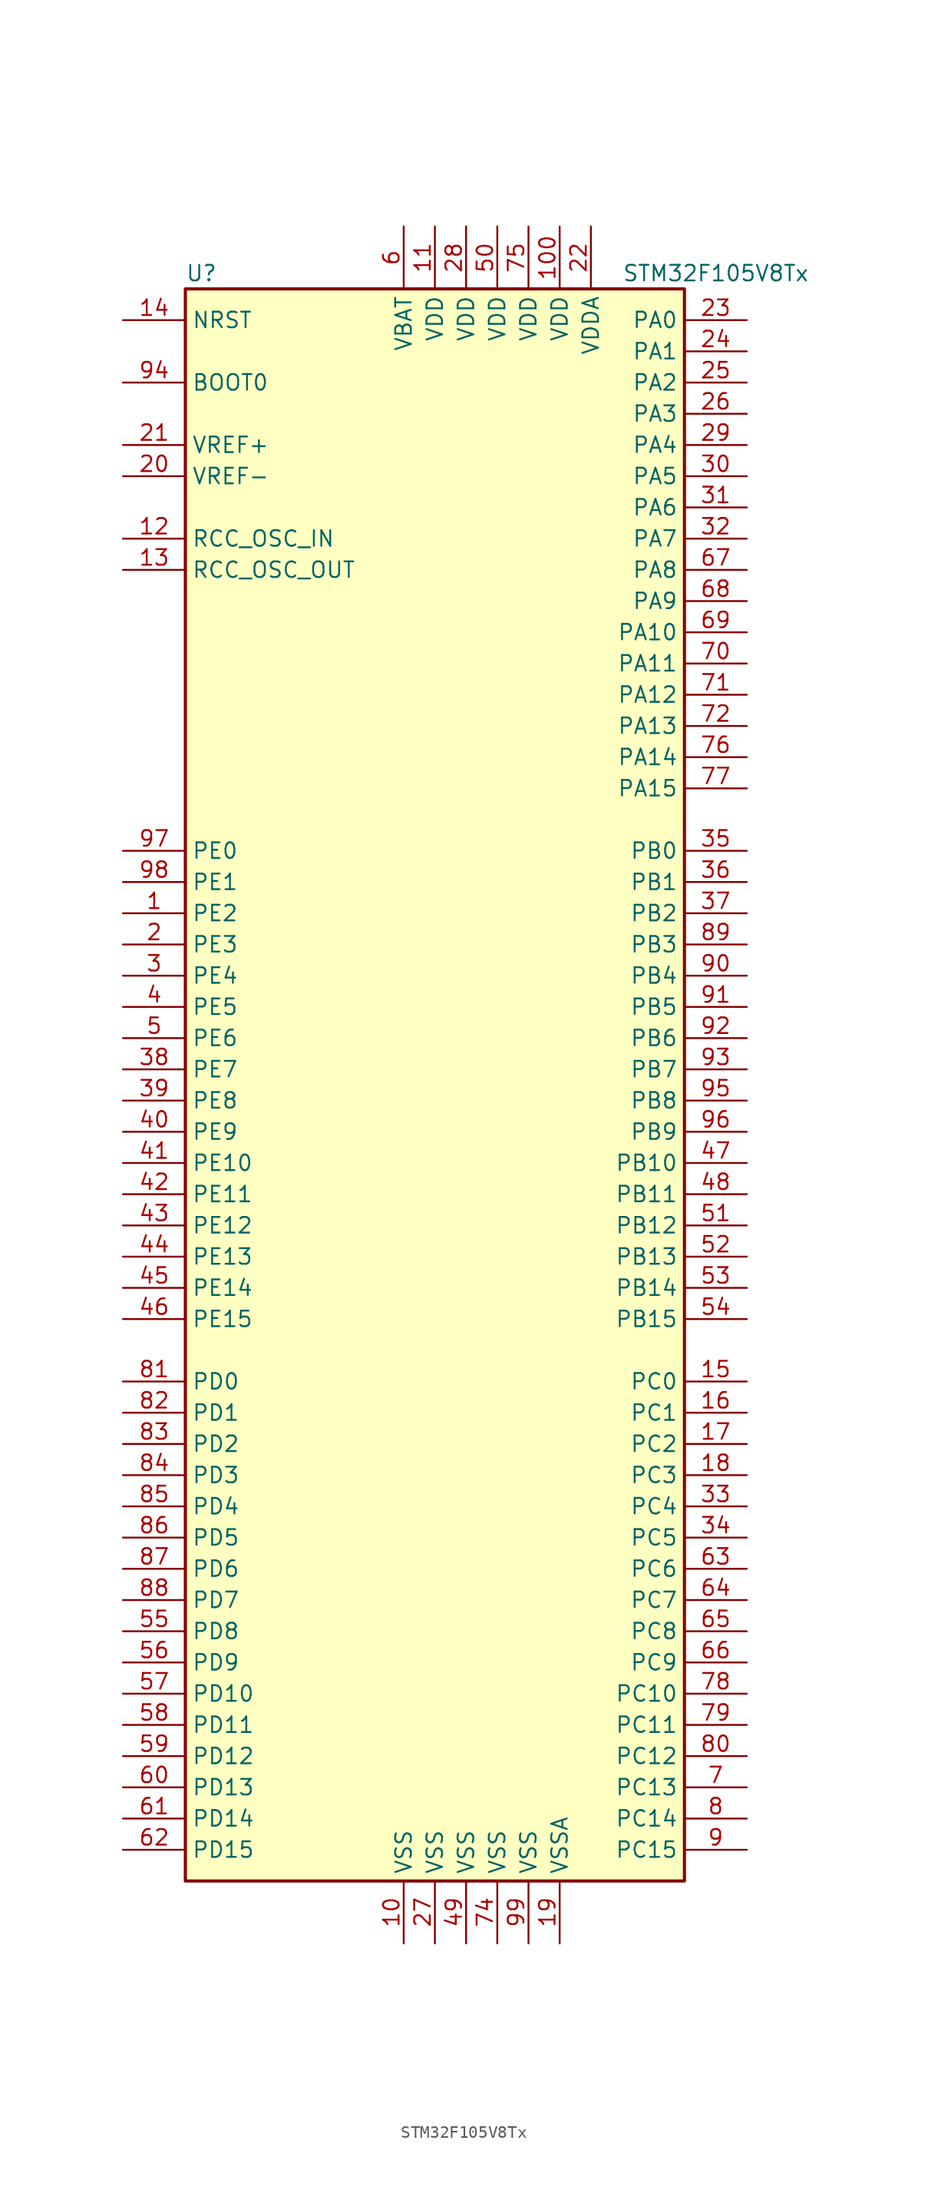
<source format=kicad_sym>
(kicad_symbol_lib
  (version 20201005)
  (generator kicad_symbol_editor)
  (symbol "STM32F105V8Tx"
    (property "Reference" "U"
      (at -20.32 64.77 0)
      (effects (font (size 1.27 1.27)) (justify left)))
    (property "Value" "STM32F105V8Tx"
      (at 15.24 64.77 0)
      (effects (font (size 1.27 1.27)) (justify left)))
    (symbol "STM32F105V8Tx_0_1"
      (rectangle (start -20.32 -66.04) (end 20.32 63.5) (stroke (width 0.254)) (fill (type background))))
    (symbol "STM32F105V8Tx_1_1"
      (pin bidirectional line (at -25.4 12.7 0) (length 5.08) (name "PE2" (effects (font (size 1.27 1.27)))) (number "1" (effects (font (size 1.27 1.27)))))
      (pin power_in line (at -2.54 -71.12 90) (length 5.08) (name "VSS" (effects (font (size 1.27 1.27)))) (number "10" (effects (font (size 1.27 1.27)))))
      (pin power_in line (at 10.16 68.58 270) (length 5.08) (name "VDD" (effects (font (size 1.27 1.27)))) (number "100" (effects (font (size 1.27 1.27)))))
      (pin power_in line (at 0 68.58 270) (length 5.08) (name "VDD" (effects (font (size 1.27 1.27)))) (number "11" (effects (font (size 1.27 1.27)))))
      (pin input line (at -25.4 43.18 0) (length 5.08) (name "RCC_OSC_IN" (effects (font (size 1.27 1.27)))) (number "12" (effects (font (size 1.27 1.27)))))
      (pin input line (at -25.4 40.64 0) (length 5.08) (name "RCC_OSC_OUT" (effects (font (size 1.27 1.27)))) (number "13" (effects (font (size 1.27 1.27)))))
      (pin input line (at -25.4 60.96 0) (length 5.08) (name "NRST" (effects (font (size 1.27 1.27)))) (number "14" (effects (font (size 1.27 1.27)))))
      (pin bidirectional line (at 25.4 -25.4 180) (length 5.08) (name "PC0" (effects (font (size 1.27 1.27)))) (number "15" (effects (font (size 1.27 1.27)))))
      (pin bidirectional line (at 25.4 -27.94 180) (length 5.08) (name "PC1" (effects (font (size 1.27 1.27)))) (number "16" (effects (font (size 1.27 1.27)))))
      (pin bidirectional line (at 25.4 -30.48 180) (length 5.08) (name "PC2" (effects (font (size 1.27 1.27)))) (number "17" (effects (font (size 1.27 1.27)))))
      (pin bidirectional line (at 25.4 -33.02 180) (length 5.08) (name "PC3" (effects (font (size 1.27 1.27)))) (number "18" (effects (font (size 1.27 1.27)))))
      (pin power_in line (at 10.16 -71.12 90) (length 5.08) (name "VSSA" (effects (font (size 1.27 1.27)))) (number "19" (effects (font (size 1.27 1.27)))))
      (pin bidirectional line (at -25.4 10.16 0) (length 5.08) (name "PE3" (effects (font (size 1.27 1.27)))) (number "2" (effects (font (size 1.27 1.27)))))
      (pin power_in line (at -25.4 48.26 0) (length 5.08) (name "VREF-" (effects (font (size 1.27 1.27)))) (number "20" (effects (font (size 1.27 1.27)))))
      (pin power_in line (at -25.4 50.8 0) (length 5.08) (name "VREF+" (effects (font (size 1.27 1.27)))) (number "21" (effects (font (size 1.27 1.27)))))
      (pin power_in line (at 12.7 68.58 270) (length 5.08) (name "VDDA" (effects (font (size 1.27 1.27)))) (number "22" (effects (font (size 1.27 1.27)))))
      (pin bidirectional line (at 25.4 60.96 180) (length 5.08) (name "PA0" (effects (font (size 1.27 1.27)))) (number "23" (effects (font (size 1.27 1.27)))))
      (pin bidirectional line (at 25.4 58.42 180) (length 5.08) (name "PA1" (effects (font (size 1.27 1.27)))) (number "24" (effects (font (size 1.27 1.27)))))
      (pin bidirectional line (at 25.4 55.88 180) (length 5.08) (name "PA2" (effects (font (size 1.27 1.27)))) (number "25" (effects (font (size 1.27 1.27)))))
      (pin bidirectional line (at 25.4 53.34 180) (length 5.08) (name "PA3" (effects (font (size 1.27 1.27)))) (number "26" (effects (font (size 1.27 1.27)))))
      (pin power_in line (at 0 -71.12 90) (length 5.08) (name "VSS" (effects (font (size 1.27 1.27)))) (number "27" (effects (font (size 1.27 1.27)))))
      (pin power_in line (at 2.54 68.58 270) (length 5.08) (name "VDD" (effects (font (size 1.27 1.27)))) (number "28" (effects (font (size 1.27 1.27)))))
      (pin bidirectional line (at 25.4 50.8 180) (length 5.08) (name "PA4" (effects (font (size 1.27 1.27)))) (number "29" (effects (font (size 1.27 1.27)))))
      (pin bidirectional line (at -25.4 7.62 0) (length 5.08) (name "PE4" (effects (font (size 1.27 1.27)))) (number "3" (effects (font (size 1.27 1.27)))))
      (pin bidirectional line (at 25.4 48.26 180) (length 5.08) (name "PA5" (effects (font (size 1.27 1.27)))) (number "30" (effects (font (size 1.27 1.27)))))
      (pin bidirectional line (at 25.4 45.72 180) (length 5.08) (name "PA6" (effects (font (size 1.27 1.27)))) (number "31" (effects (font (size 1.27 1.27)))))
      (pin bidirectional line (at 25.4 43.18 180) (length 5.08) (name "PA7" (effects (font (size 1.27 1.27)))) (number "32" (effects (font (size 1.27 1.27)))))
      (pin bidirectional line (at 25.4 -35.56 180) (length 5.08) (name "PC4" (effects (font (size 1.27 1.27)))) (number "33" (effects (font (size 1.27 1.27)))))
      (pin bidirectional line (at 25.4 -38.1 180) (length 5.08) (name "PC5" (effects (font (size 1.27 1.27)))) (number "34" (effects (font (size 1.27 1.27)))))
      (pin bidirectional line (at 25.4 17.78 180) (length 5.08) (name "PB0" (effects (font (size 1.27 1.27)))) (number "35" (effects (font (size 1.27 1.27)))))
      (pin bidirectional line (at 25.4 15.24 180) (length 5.08) (name "PB1" (effects (font (size 1.27 1.27)))) (number "36" (effects (font (size 1.27 1.27)))))
      (pin bidirectional line (at 25.4 12.7 180) (length 5.08) (name "PB2" (effects (font (size 1.27 1.27)))) (number "37" (effects (font (size 1.27 1.27)))))
      (pin bidirectional line (at -25.4 0 0) (length 5.08) (name "PE7" (effects (font (size 1.27 1.27)))) (number "38" (effects (font (size 1.27 1.27)))))
      (pin bidirectional line (at -25.4 -2.54 0) (length 5.08) (name "PE8" (effects (font (size 1.27 1.27)))) (number "39" (effects (font (size 1.27 1.27)))))
      (pin bidirectional line (at -25.4 5.08 0) (length 5.08) (name "PE5" (effects (font (size 1.27 1.27)))) (number "4" (effects (font (size 1.27 1.27)))))
      (pin bidirectional line (at -25.4 -5.08 0) (length 5.08) (name "PE9" (effects (font (size 1.27 1.27)))) (number "40" (effects (font (size 1.27 1.27)))))
      (pin bidirectional line (at -25.4 -7.62 0) (length 5.08) (name "PE10" (effects (font (size 1.27 1.27)))) (number "41" (effects (font (size 1.27 1.27)))))
      (pin bidirectional line (at -25.4 -10.16 0) (length 5.08) (name "PE11" (effects (font (size 1.27 1.27)))) (number "42" (effects (font (size 1.27 1.27)))))
      (pin bidirectional line (at -25.4 -12.7 0) (length 5.08) (name "PE12" (effects (font (size 1.27 1.27)))) (number "43" (effects (font (size 1.27 1.27)))))
      (pin bidirectional line (at -25.4 -15.24 0) (length 5.08) (name "PE13" (effects (font (size 1.27 1.27)))) (number "44" (effects (font (size 1.27 1.27)))))
      (pin bidirectional line (at -25.4 -17.78 0) (length 5.08) (name "PE14" (effects (font (size 1.27 1.27)))) (number "45" (effects (font (size 1.27 1.27)))))
      (pin bidirectional line (at -25.4 -20.32 0) (length 5.08) (name "PE15" (effects (font (size 1.27 1.27)))) (number "46" (effects (font (size 1.27 1.27)))))
      (pin bidirectional line (at 25.4 -7.62 180) (length 5.08) (name "PB10" (effects (font (size 1.27 1.27)))) (number "47" (effects (font (size 1.27 1.27)))))
      (pin bidirectional line (at 25.4 -10.16 180) (length 5.08) (name "PB11" (effects (font (size 1.27 1.27)))) (number "48" (effects (font (size 1.27 1.27)))))
      (pin power_in line (at 2.54 -71.12 90) (length 5.08) (name "VSS" (effects (font (size 1.27 1.27)))) (number "49" (effects (font (size 1.27 1.27)))))
      (pin bidirectional line (at -25.4 2.54 0) (length 5.08) (name "PE6" (effects (font (size 1.27 1.27)))) (number "5" (effects (font (size 1.27 1.27)))))
      (pin power_in line (at 5.08 68.58 270) (length 5.08) (name "VDD" (effects (font (size 1.27 1.27)))) (number "50" (effects (font (size 1.27 1.27)))))
      (pin bidirectional line (at 25.4 -12.7 180) (length 5.08) (name "PB12" (effects (font (size 1.27 1.27)))) (number "51" (effects (font (size 1.27 1.27)))))
      (pin bidirectional line (at 25.4 -15.24 180) (length 5.08) (name "PB13" (effects (font (size 1.27 1.27)))) (number "52" (effects (font (size 1.27 1.27)))))
      (pin bidirectional line (at 25.4 -17.78 180) (length 5.08) (name "PB14" (effects (font (size 1.27 1.27)))) (number "53" (effects (font (size 1.27 1.27)))))
      (pin bidirectional line (at 25.4 -20.32 180) (length 5.08) (name "PB15" (effects (font (size 1.27 1.27)))) (number "54" (effects (font (size 1.27 1.27)))))
      (pin bidirectional line (at -25.4 -45.72 0) (length 5.08) (name "PD8" (effects (font (size 1.27 1.27)))) (number "55" (effects (font (size 1.27 1.27)))))
      (pin bidirectional line (at -25.4 -48.26 0) (length 5.08) (name "PD9" (effects (font (size 1.27 1.27)))) (number "56" (effects (font (size 1.27 1.27)))))
      (pin bidirectional line (at -25.4 -50.8 0) (length 5.08) (name "PD10" (effects (font (size 1.27 1.27)))) (number "57" (effects (font (size 1.27 1.27)))))
      (pin bidirectional line (at -25.4 -53.34 0) (length 5.08) (name "PD11" (effects (font (size 1.27 1.27)))) (number "58" (effects (font (size 1.27 1.27)))))
      (pin bidirectional line (at -25.4 -55.88 0) (length 5.08) (name "PD12" (effects (font (size 1.27 1.27)))) (number "59" (effects (font (size 1.27 1.27)))))
      (pin power_in line (at -2.54 68.58 270) (length 5.08) (name "VBAT" (effects (font (size 1.27 1.27)))) (number "6" (effects (font (size 1.27 1.27)))))
      (pin bidirectional line (at -25.4 -58.42 0) (length 5.08) (name "PD13" (effects (font (size 1.27 1.27)))) (number "60" (effects (font (size 1.27 1.27)))))
      (pin bidirectional line (at -25.4 -60.96 0) (length 5.08) (name "PD14" (effects (font (size 1.27 1.27)))) (number "61" (effects (font (size 1.27 1.27)))))
      (pin bidirectional line (at -25.4 -63.5 0) (length 5.08) (name "PD15" (effects (font (size 1.27 1.27)))) (number "62" (effects (font (size 1.27 1.27)))))
      (pin bidirectional line (at 25.4 -40.64 180) (length 5.08) (name "PC6" (effects (font (size 1.27 1.27)))) (number "63" (effects (font (size 1.27 1.27)))))
      (pin bidirectional line (at 25.4 -43.18 180) (length 5.08) (name "PC7" (effects (font (size 1.27 1.27)))) (number "64" (effects (font (size 1.27 1.27)))))
      (pin bidirectional line (at 25.4 -45.72 180) (length 5.08) (name "PC8" (effects (font (size 1.27 1.27)))) (number "65" (effects (font (size 1.27 1.27)))))
      (pin bidirectional line (at 25.4 -48.26 180) (length 5.08) (name "PC9" (effects (font (size 1.27 1.27)))) (number "66" (effects (font (size 1.27 1.27)))))
      (pin bidirectional line (at 25.4 40.64 180) (length 5.08) (name "PA8" (effects (font (size 1.27 1.27)))) (number "67" (effects (font (size 1.27 1.27)))))
      (pin bidirectional line (at 25.4 38.1 180) (length 5.08) (name "PA9" (effects (font (size 1.27 1.27)))) (number "68" (effects (font (size 1.27 1.27)))))
      (pin bidirectional line (at 25.4 35.56 180) (length 5.08) (name "PA10" (effects (font (size 1.27 1.27)))) (number "69" (effects (font (size 1.27 1.27)))))
      (pin bidirectional line (at 25.4 -58.42 180) (length 5.08) (name "PC13" (effects (font (size 1.27 1.27)))) (number "7" (effects (font (size 1.27 1.27)))))
      (pin bidirectional line (at 25.4 33.02 180) (length 5.08) (name "PA11" (effects (font (size 1.27 1.27)))) (number "70" (effects (font (size 1.27 1.27)))))
      (pin bidirectional line (at 25.4 30.48 180) (length 5.08) (name "PA12" (effects (font (size 1.27 1.27)))) (number "71" (effects (font (size 1.27 1.27)))))
      (pin bidirectional line (at 25.4 27.94 180) (length 5.08) (name "PA13" (effects (font (size 1.27 1.27)))) (number "72" (effects (font (size 1.27 1.27)))))
      (pin no_connect line (at -20.32 -63.5 0) (length 5.08) hide (name "NC" (effects (font (size 1.27 1.27)))) (number "73" (effects (font (size 1.27 1.27)))))
      (pin power_in line (at 5.08 -71.12 90) (length 5.08) (name "VSS" (effects (font (size 1.27 1.27)))) (number "74" (effects (font (size 1.27 1.27)))))
      (pin power_in line (at 7.62 68.58 270) (length 5.08) (name "VDD" (effects (font (size 1.27 1.27)))) (number "75" (effects (font (size 1.27 1.27)))))
      (pin bidirectional line (at 25.4 25.4 180) (length 5.08) (name "PA14" (effects (font (size 1.27 1.27)))) (number "76" (effects (font (size 1.27 1.27)))))
      (pin bidirectional line (at 25.4 22.86 180) (length 5.08) (name "PA15" (effects (font (size 1.27 1.27)))) (number "77" (effects (font (size 1.27 1.27)))))
      (pin bidirectional line (at 25.4 -50.8 180) (length 5.08) (name "PC10" (effects (font (size 1.27 1.27)))) (number "78" (effects (font (size 1.27 1.27)))))
      (pin bidirectional line (at 25.4 -53.34 180) (length 5.08) (name "PC11" (effects (font (size 1.27 1.27)))) (number "79" (effects (font (size 1.27 1.27)))))
      (pin bidirectional line (at 25.4 -60.96 180) (length 5.08) (name "PC14" (effects (font (size 1.27 1.27)))) (number "8" (effects (font (size 1.27 1.27)))))
      (pin bidirectional line (at 25.4 -55.88 180) (length 5.08) (name "PC12" (effects (font (size 1.27 1.27)))) (number "80" (effects (font (size 1.27 1.27)))))
      (pin bidirectional line (at -25.4 -25.4 0) (length 5.08) (name "PD0" (effects (font (size 1.27 1.27)))) (number "81" (effects (font (size 1.27 1.27)))))
      (pin bidirectional line (at -25.4 -27.94 0) (length 5.08) (name "PD1" (effects (font (size 1.27 1.27)))) (number "82" (effects (font (size 1.27 1.27)))))
      (pin bidirectional line (at -25.4 -30.48 0) (length 5.08) (name "PD2" (effects (font (size 1.27 1.27)))) (number "83" (effects (font (size 1.27 1.27)))))
      (pin bidirectional line (at -25.4 -33.02 0) (length 5.08) (name "PD3" (effects (font (size 1.27 1.27)))) (number "84" (effects (font (size 1.27 1.27)))))
      (pin bidirectional line (at -25.4 -35.56 0) (length 5.08) (name "PD4" (effects (font (size 1.27 1.27)))) (number "85" (effects (font (size 1.27 1.27)))))
      (pin bidirectional line (at -25.4 -38.1 0) (length 5.08) (name "PD5" (effects (font (size 1.27 1.27)))) (number "86" (effects (font (size 1.27 1.27)))))
      (pin bidirectional line (at -25.4 -40.64 0) (length 5.08) (name "PD6" (effects (font (size 1.27 1.27)))) (number "87" (effects (font (size 1.27 1.27)))))
      (pin bidirectional line (at -25.4 -43.18 0) (length 5.08) (name "PD7" (effects (font (size 1.27 1.27)))) (number "88" (effects (font (size 1.27 1.27)))))
      (pin bidirectional line (at 25.4 10.16 180) (length 5.08) (name "PB3" (effects (font (size 1.27 1.27)))) (number "89" (effects (font (size 1.27 1.27)))))
      (pin bidirectional line (at 25.4 -63.5 180) (length 5.08) (name "PC15" (effects (font (size 1.27 1.27)))) (number "9" (effects (font (size 1.27 1.27)))))
      (pin bidirectional line (at 25.4 7.62 180) (length 5.08) (name "PB4" (effects (font (size 1.27 1.27)))) (number "90" (effects (font (size 1.27 1.27)))))
      (pin bidirectional line (at 25.4 5.08 180) (length 5.08) (name "PB5" (effects (font (size 1.27 1.27)))) (number "91" (effects (font (size 1.27 1.27)))))
      (pin bidirectional line (at 25.4 2.54 180) (length 5.08) (name "PB6" (effects (font (size 1.27 1.27)))) (number "92" (effects (font (size 1.27 1.27)))))
      (pin bidirectional line (at 25.4 0 180) (length 5.08) (name "PB7" (effects (font (size 1.27 1.27)))) (number "93" (effects (font (size 1.27 1.27)))))
      (pin input line (at -25.4 55.88 0) (length 5.08) (name "BOOT0" (effects (font (size 1.27 1.27)))) (number "94" (effects (font (size 1.27 1.27)))))
      (pin bidirectional line (at 25.4 -2.54 180) (length 5.08) (name "PB8" (effects (font (size 1.27 1.27)))) (number "95" (effects (font (size 1.27 1.27)))))
      (pin bidirectional line (at 25.4 -5.08 180) (length 5.08) (name "PB9" (effects (font (size 1.27 1.27)))) (number "96" (effects (font (size 1.27 1.27)))))
      (pin bidirectional line (at -25.4 17.78 0) (length 5.08) (name "PE0" (effects (font (size 1.27 1.27)))) (number "97" (effects (font (size 1.27 1.27)))))
      (pin bidirectional line (at -25.4 15.24 0) (length 5.08) (name "PE1" (effects (font (size 1.27 1.27)))) (number "98" (effects (font (size 1.27 1.27)))))
      (pin power_in line (at 7.62 -71.12 90) (length 5.08) (name "VSS" (effects (font (size 1.27 1.27)))) (number "99" (effects (font (size 1.27 1.27))))))))
</source>
